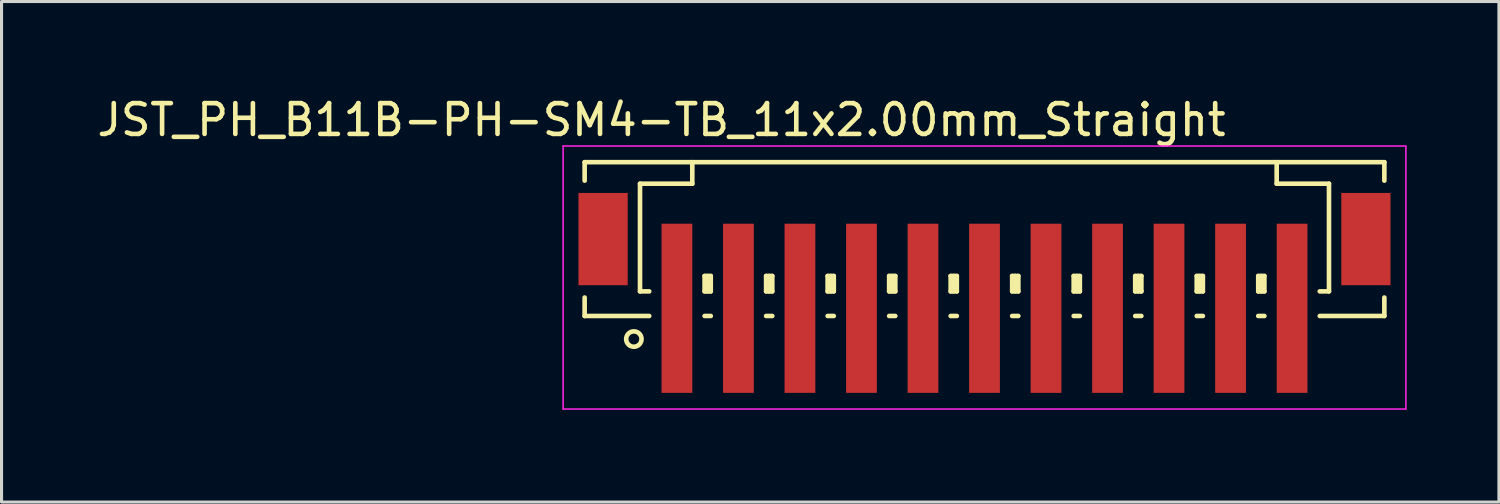
<source format=kicad_pcb>
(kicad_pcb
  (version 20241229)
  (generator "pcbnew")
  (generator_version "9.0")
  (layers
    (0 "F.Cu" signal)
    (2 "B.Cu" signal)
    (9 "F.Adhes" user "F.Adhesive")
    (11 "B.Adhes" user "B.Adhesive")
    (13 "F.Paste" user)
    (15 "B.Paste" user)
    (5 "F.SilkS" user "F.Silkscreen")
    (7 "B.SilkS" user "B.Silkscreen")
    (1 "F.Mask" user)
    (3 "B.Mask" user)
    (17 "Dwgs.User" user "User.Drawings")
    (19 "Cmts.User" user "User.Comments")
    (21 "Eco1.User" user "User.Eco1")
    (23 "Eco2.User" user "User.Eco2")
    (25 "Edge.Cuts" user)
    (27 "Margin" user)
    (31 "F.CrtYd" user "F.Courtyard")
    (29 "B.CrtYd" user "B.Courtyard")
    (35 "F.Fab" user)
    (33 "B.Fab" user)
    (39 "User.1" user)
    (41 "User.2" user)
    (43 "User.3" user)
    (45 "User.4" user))
  (footprint "JST_PH_B11B-PH-SM4-TB_11x2.00mm_Straight"
    (layer "F.Cu")
    (at 28.958 5.848)
    (property "Reference" "JST_PH_B11B-PH-SM4-TB_11x2.00mm_Straight" (at -10.5 -5 0) (layer "F.SilkS") (effects (font (size 1 1) (thickness 0.15))))
    (attr smd)
    (fp_line (start -13 -3.625) (end 13 -3.625) (stroke (width 0.15) (type solid)) (layer "F.SilkS"))
    (fp_line (start -13 -3.025) (end -13 -3.625) (stroke (width 0.15) (type solid)) (layer "F.SilkS"))
    (fp_line (start -13 0.775) (end -13 1.375) (stroke (width 0.15) (type solid)) (layer "F.SilkS"))
    (fp_line (start -13 1.375) (end -10.9 1.375) (stroke (width 0.15) (type solid)) (layer "F.SilkS"))
    (fp_line (start -11.2 -2.925) (end -11.2 0.575) (stroke (width 0.15) (type solid)) (layer "F.SilkS"))
    (fp_line (start -11.2 0.575) (end -10.9 0.575) (stroke (width 0.15) (type solid)) (layer "F.SilkS"))
    (fp_line (start -9.5 -3.625) (end -9.5 -2.925) (stroke (width 0.15) (type solid)) (layer "F.SilkS"))
    (fp_line (start -9.5 -2.925) (end -11.2 -2.925) (stroke (width 0.15) (type solid)) (layer "F.SilkS"))
    (fp_line (start -9.1 0.075) (end -8.9 0.075) (stroke (width 0.15) (type solid)) (layer "F.SilkS"))
    (fp_line (start -9.1 0.575) (end -9.1 0.075) (stroke (width 0.15) (type solid)) (layer "F.SilkS"))
    (fp_line (start -9.1 0.575) (end -8.9 0.575) (stroke (width 0.15) (type solid)) (layer "F.SilkS"))
    (fp_line (start -9.1 1.375) (end -8.9 1.375) (stroke (width 0.15) (type solid)) (layer "F.SilkS"))
    (fp_line (start -9 0.575) (end -9 0.075) (stroke (width 0.15) (type solid)) (layer "F.SilkS"))
    (fp_line (start -8.9 0.075) (end -8.9 0.575) (stroke (width 0.15) (type solid)) (layer "F.SilkS"))
    (fp_line (start -7.1 0.075) (end -6.9 0.075) (stroke (width 0.15) (type solid)) (layer "F.SilkS"))
    (fp_line (start -7.1 0.575) (end -7.1 0.075) (stroke (width 0.15) (type solid)) (layer "F.SilkS"))
    (fp_line (start -7.1 0.575) (end -6.9 0.575) (stroke (width 0.15) (type solid)) (layer "F.SilkS"))
    (fp_line (start -7.1 1.375) (end -6.9 1.375) (stroke (width 0.15) (type solid)) (layer "F.SilkS"))
    (fp_line (start -7 0.575) (end -7 0.075) (stroke (width 0.15) (type solid)) (layer "F.SilkS"))
    (fp_line (start -6.9 0.075) (end -6.9 0.575) (stroke (width 0.15) (type solid)) (layer "F.SilkS"))
    (fp_line (start -5.1 0.075) (end -4.9 0.075) (stroke (width 0.15) (type solid)) (layer "F.SilkS"))
    (fp_line (start -5.1 0.575) (end -5.1 0.075) (stroke (width 0.15) (type solid)) (layer "F.SilkS"))
    (fp_line (start -5.1 0.575) (end -4.9 0.575) (stroke (width 0.15) (type solid)) (layer "F.SilkS"))
    (fp_line (start -5.1 1.375) (end -4.9 1.375) (stroke (width 0.15) (type solid)) (layer "F.SilkS"))
    (fp_line (start -5 0.575) (end -5 0.075) (stroke (width 0.15) (type solid)) (layer "F.SilkS"))
    (fp_line (start -4.9 0.075) (end -4.9 0.575) (stroke (width 0.15) (type solid)) (layer "F.SilkS"))
    (fp_line (start -3.1 0.075) (end -2.9 0.075) (stroke (width 0.15) (type solid)) (layer "F.SilkS"))
    (fp_line (start -3.1 0.575) (end -3.1 0.075) (stroke (width 0.15) (type solid)) (layer "F.SilkS"))
    (fp_line (start -3.1 0.575) (end -2.9 0.575) (stroke (width 0.15) (type solid)) (layer "F.SilkS"))
    (fp_line (start -3.1 1.375) (end -2.9 1.375) (stroke (width 0.15) (type solid)) (layer "F.SilkS"))
    (fp_line (start -3 0.575) (end -3 0.075) (stroke (width 0.15) (type solid)) (layer "F.SilkS"))
    (fp_line (start -2.9 0.075) (end -2.9 0.575) (stroke (width 0.15) (type solid)) (layer "F.SilkS"))
    (fp_line (start -1.1 0.075) (end -0.9 0.075) (stroke (width 0.15) (type solid)) (layer "F.SilkS"))
    (fp_line (start -1.1 0.575) (end -1.1 0.075) (stroke (width 0.15) (type solid)) (layer "F.SilkS"))
    (fp_line (start -1.1 0.575) (end -0.9 0.575) (stroke (width 0.15) (type solid)) (layer "F.SilkS"))
    (fp_line (start -1.1 1.375) (end -0.9 1.375) (stroke (width 0.15) (type solid)) (layer "F.SilkS"))
    (fp_line (start -1 0.575) (end -1 0.075) (stroke (width 0.15) (type solid)) (layer "F.SilkS"))
    (fp_line (start -0.9 0.075) (end -0.9 0.575) (stroke (width 0.15) (type solid)) (layer "F.SilkS"))
    (fp_line (start 0.9 0.075) (end 1.1 0.075) (stroke (width 0.15) (type solid)) (layer "F.SilkS"))
    (fp_line (start 0.9 0.575) (end 0.9 0.075) (stroke (width 0.15) (type solid)) (layer "F.SilkS"))
    (fp_line (start 0.9 0.575) (end 1.1 0.575) (stroke (width 0.15) (type solid)) (layer "F.SilkS"))
    (fp_line (start 0.9 1.375) (end 1.1 1.375) (stroke (width 0.15) (type solid)) (layer "F.SilkS"))
    (fp_line (start 1 0.575) (end 1 0.075) (stroke (width 0.15) (type solid)) (layer "F.SilkS"))
    (fp_line (start 1.1 0.075) (end 1.1 0.575) (stroke (width 0.15) (type solid)) (layer "F.SilkS"))
    (fp_line (start 2.9 0.075) (end 3.1 0.075) (stroke (width 0.15) (type solid)) (layer "F.SilkS"))
    (fp_line (start 2.9 0.575) (end 2.9 0.075) (stroke (width 0.15) (type solid)) (layer "F.SilkS"))
    (fp_line (start 2.9 0.575) (end 3.1 0.575) (stroke (width 0.15) (type solid)) (layer "F.SilkS"))
    (fp_line (start 2.9 1.375) (end 3.1 1.375) (stroke (width 0.15) (type solid)) (layer "F.SilkS"))
    (fp_line (start 3 0.575) (end 3 0.075) (stroke (width 0.15) (type solid)) (layer "F.SilkS"))
    (fp_line (start 3.1 0.075) (end 3.1 0.575) (stroke (width 0.15) (type solid)) (layer "F.SilkS"))
    (fp_line (start 4.9 0.075) (end 5.1 0.075) (stroke (width 0.15) (type solid)) (layer "F.SilkS"))
    (fp_line (start 4.9 0.575) (end 4.9 0.075) (stroke (width 0.15) (type solid)) (layer "F.SilkS"))
    (fp_line (start 4.9 0.575) (end 5.1 0.575) (stroke (width 0.15) (type solid)) (layer "F.SilkS"))
    (fp_line (start 4.9 1.375) (end 5.1 1.375) (stroke (width 0.15) (type solid)) (layer "F.SilkS"))
    (fp_line (start 5 0.575) (end 5 0.075) (stroke (width 0.15) (type solid)) (layer "F.SilkS"))
    (fp_line (start 5.1 0.075) (end 5.1 0.575) (stroke (width 0.15) (type solid)) (layer "F.SilkS"))
    (fp_line (start 6.9 0.075) (end 7.1 0.075) (stroke (width 0.15) (type solid)) (layer "F.SilkS"))
    (fp_line (start 6.9 0.575) (end 6.9 0.075) (stroke (width 0.15) (type solid)) (layer "F.SilkS"))
    (fp_line (start 6.9 0.575) (end 7.1 0.575) (stroke (width 0.15) (type solid)) (layer "F.SilkS"))
    (fp_line (start 6.9 1.375) (end 7.1 1.375) (stroke (width 0.15) (type solid)) (layer "F.SilkS"))
    (fp_line (start 7 0.575) (end 7 0.075) (stroke (width 0.15) (type solid)) (layer "F.SilkS"))
    (fp_line (start 7.1 0.075) (end 7.1 0.575) (stroke (width 0.15) (type solid)) (layer "F.SilkS"))
    (fp_line (start 8.9 0.075) (end 9.1 0.075) (stroke (width 0.15) (type solid)) (layer "F.SilkS"))
    (fp_line (start 8.9 0.575) (end 8.9 0.075) (stroke (width 0.15) (type solid)) (layer "F.SilkS"))
    (fp_line (start 8.9 0.575) (end 9.1 0.575) (stroke (width 0.15) (type solid)) (layer "F.SilkS"))
    (fp_line (start 8.9 1.375) (end 9.1 1.375) (stroke (width 0.15) (type solid)) (layer "F.SilkS"))
    (fp_line (start 9 0.575) (end 9 0.075) (stroke (width 0.15) (type solid)) (layer "F.SilkS"))
    (fp_line (start 9.1 0.075) (end 9.1 0.575) (stroke (width 0.15) (type solid)) (layer "F.SilkS"))
    (fp_line (start 9.5 -3.625) (end 9.5 -2.925) (stroke (width 0.15) (type solid)) (layer "F.SilkS"))
    (fp_line (start 9.5 -2.925) (end 11.2 -2.925) (stroke (width 0.15) (type solid)) (layer "F.SilkS"))
    (fp_line (start 11.2 -2.925) (end 11.2 0.575) (stroke (width 0.15) (type solid)) (layer "F.SilkS"))
    (fp_line (start 11.2 0.575) (end 10.9 0.575) (stroke (width 0.15) (type solid)) (layer "F.SilkS"))
    (fp_line (start 13 -3.625) (end 13 -3.025) (stroke (width 0.15) (type solid)) (layer "F.SilkS"))
    (fp_line (start 13 0.775) (end 13 1.375) (stroke (width 0.15) (type solid)) (layer "F.SilkS"))
    (fp_line (start 13 1.375) (end 10.9 1.375) (stroke (width 0.15) (type solid)) (layer "F.SilkS"))
    (fp_circle (center -11.4 2.125) (end -11.15 2.125) (stroke (width 0.15) (type solid)) (fill no) (layer "F.SilkS"))
    (fp_line (start -13.7 -4.15) (end 13.7 -4.15) (stroke (width 0.05) (type solid)) (layer "F.CrtYd"))
    (fp_line (start -13.7 4.4) (end -13.7 -4.15) (stroke (width 0.05) (type solid)) (layer "F.CrtYd"))
    (fp_line (start 13.7 -4.15) (end 13.7 4.4) (stroke (width 0.05) (type solid)) (layer "F.CrtYd"))
    (fp_line (start 13.7 4.4) (end -13.7 4.4) (stroke (width 0.05) (type solid)) (layer "F.CrtYd"))
    (pad "" smd rect (at -12.4 -1.125) (size 1.6 3) (layers "F.Cu" "F.Mask" "F.Paste"))
    (pad "" smd rect (at 12.4 -1.125) (size 1.6 3) (layers "F.Cu" "F.Mask" "F.Paste"))
    (pad "1" smd rect (at -10 1.125) (size 1 5.5) (layers "F.Cu" "F.Mask" "F.Paste"))
    (pad "2" smd rect (at -8 1.125) (size 1 5.5) (layers "F.Cu" "F.Mask" "F.Paste"))
    (pad "3" smd rect (at -6 1.125) (size 1 5.5) (layers "F.Cu" "F.Mask" "F.Paste"))
    (pad "4" smd rect (at -4 1.125) (size 1 5.5) (layers "F.Cu" "F.Mask" "F.Paste"))
    (pad "5" smd rect (at -2 1.125) (size 1 5.5) (layers "F.Cu" "F.Mask" "F.Paste"))
    (pad "6" smd rect (at 0 1.125) (size 1 5.5) (layers "F.Cu" "F.Mask" "F.Paste"))
    (pad "7" smd rect (at 2 1.125) (size 1 5.5) (layers "F.Cu" "F.Mask" "F.Paste"))
    (pad "8" smd rect (at 4 1.125) (size 1 5.5) (layers "F.Cu" "F.Mask" "F.Paste"))
    (pad "9" smd rect (at 6 1.125) (size 1 5.5) (layers "F.Cu" "F.Mask" "F.Paste"))
    (pad "10" smd rect (at 8 1.125) (size 1 5.5) (layers "F.Cu" "F.Mask" "F.Paste"))
    (pad "11" smd rect (at 10 1.125) (size 1 5.5) (layers "F.Cu" "F.Mask" "F.Paste")))
  (gr_rect
    (start -3 -3)
    (end 45.683 13.273)
    (stroke (width 0.1) (type default))
    (fill no)
    (layer "Edge.Cuts")))
</source>
